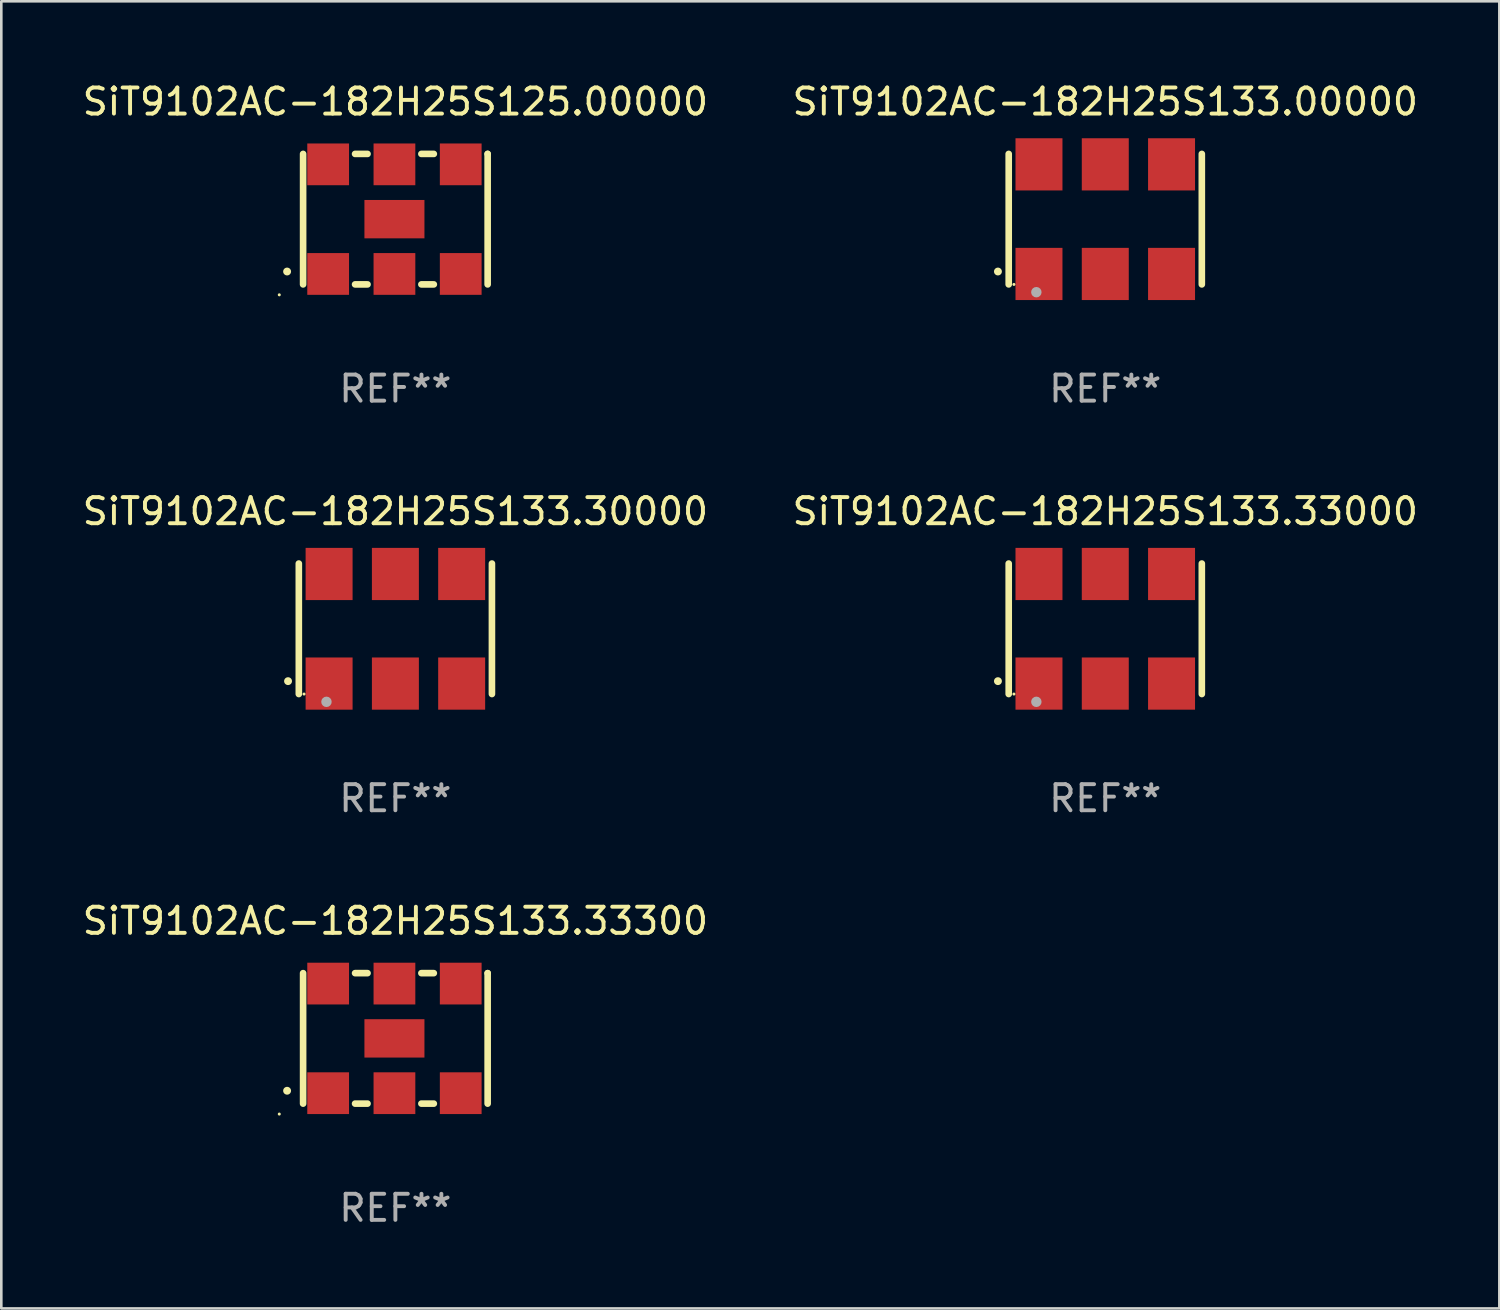
<source format=kicad_pcb>
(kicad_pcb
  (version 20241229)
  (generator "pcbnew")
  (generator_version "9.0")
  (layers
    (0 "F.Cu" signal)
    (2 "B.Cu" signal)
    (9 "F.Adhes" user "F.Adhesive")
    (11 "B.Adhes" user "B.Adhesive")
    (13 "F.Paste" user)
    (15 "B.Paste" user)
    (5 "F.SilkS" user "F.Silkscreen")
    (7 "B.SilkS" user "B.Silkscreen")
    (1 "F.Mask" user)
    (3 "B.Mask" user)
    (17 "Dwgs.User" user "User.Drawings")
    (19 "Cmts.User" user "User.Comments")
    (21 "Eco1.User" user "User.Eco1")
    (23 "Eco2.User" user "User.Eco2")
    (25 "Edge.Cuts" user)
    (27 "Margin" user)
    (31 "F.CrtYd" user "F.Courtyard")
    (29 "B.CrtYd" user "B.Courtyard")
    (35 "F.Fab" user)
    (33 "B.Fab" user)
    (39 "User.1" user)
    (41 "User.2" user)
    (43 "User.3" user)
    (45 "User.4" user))
  (footprint "SiT9102AC-182H25S133.33300"
    (layer "F.Cu")
    (at 12.101 36.741)
    (property "Reference" "SiT9102AC-182H25S133.33300" (at 0 -4.5 0) (layer "F.SilkS") (effects (font (size 1 1) (thickness 0.15))))
    (attr through_hole)
    (fp_line (start -3.536 -2.5) (end -3.536 2.5) (stroke (width 0.254) (type solid)) (layer "F.SilkS"))
    (fp_line (start -1.544 2.5) (end -1.067 2.5) (stroke (width 0.254) (type solid)) (layer "F.SilkS"))
    (fp_line (start -1.067 -2.5) (end -1.544 -2.5) (stroke (width 0.254) (type solid)) (layer "F.SilkS"))
    (fp_line (start 0.996 2.5) (end 1.473 2.5) (stroke (width 0.254) (type solid)) (layer "F.SilkS"))
    (fp_line (start 1.473 -2.5) (end 0.996 -2.5) (stroke (width 0.254) (type solid)) (layer "F.SilkS"))
    (fp_line (start 3.536 -2.5) (end 3.536 -2.5) (stroke (width 0.254) (type solid)) (layer "F.SilkS"))
    (fp_line (start 3.536 2.5) (end 3.536 -2.5) (stroke (width 0.254) (type solid)) (layer "F.SilkS"))
    (fp_arc (start -4.150432 2.006604) (mid -4.149162 2.006599) (end -4.147892 2.006604) (stroke (width 0.3) (type solid)) (layer "F.SilkS"))
    (fp_circle (center -4.449 2.9) (end -4.419 2.9) (stroke (width 0.06) (type solid)) (fill no) (layer "F.SilkS"))
    (fp_text user "REF**" (at 0 6.5 0) (layer "F.Fab") (effects (font (size 1 1) (thickness 0.15))))
    (pad "1" smd rect (at -2.576 2.1) (size 1.6 1.6) (layers "F.Cu" "F.Mask" "F.Paste"))
    (pad "2" smd rect (at -0.036 2.1) (size 1.6 1.6) (layers "F.Cu" "F.Mask" "F.Paste"))
    (pad "3" smd rect (at 2.504 2.1) (size 1.6 1.6) (layers "F.Cu" "F.Mask" "F.Paste"))
    (pad "4" smd rect (at 2.504 -2.1) (size 1.6 1.6) (layers "F.Cu" "F.Mask" "F.Paste"))
    (pad "5" smd rect (at -0.036 -2.1) (size 1.6 1.6) (layers "F.Cu" "F.Mask" "F.Paste"))
    (pad "6" smd rect (at -2.576 -2.1) (size 1.6 1.6) (layers "F.Cu" "F.Mask" "F.Paste"))
    (pad "7" smd rect (at -0.036 0) (size 2.3 1.47) (layers "F.Cu" "F.Mask" "F.Paste")))
  (footprint "SiT9102AC-182H25S133.33000"
    (layer "F.Cu")
    (at 39.304 21.045)
    (property "Reference" "SiT9102AC-182H25S133.33000" (at 0 -4.5 0) (layer "F.SilkS") (effects (font (size 1 1) (thickness 0.15))))
    (attr through_hole)
    (fp_line (start -3.7 -2.5) (end -3.7 2.5) (stroke (width 0.254) (type solid)) (layer "F.SilkS"))
    (fp_line (start 3.7 -2.5) (end 3.7 2.5) (stroke (width 0.254) (type solid)) (layer "F.SilkS"))
    (fp_arc (start -4.114415 2.006604) (mid -4.113145 2.006599) (end -4.111875 2.006604) (stroke (width 0.3) (type solid)) (layer "F.SilkS"))
    (fp_circle (center -3.5 2.501) (end -3.47 2.501) (stroke (width 0.06) (type solid)) (fill no) (layer "F.SilkS"))
    (fp_circle (center -2.641 2.799) (end -2.541 2.799) (stroke (width 0.2) (type solid)) (fill no) (layer "F.Fab"))
    (fp_text user "REF**" (at 0 6.5 0) (layer "F.Fab") (effects (font (size 1 1) (thickness 0.15))))
    (pad "1" smd rect (at -2.54 2.1) (size 1.8 2) (layers "F.Cu" "F.Mask" "F.Paste"))
    (pad "2" smd rect (at 0.000394 2.1) (size 1.8 2) (layers "F.Cu" "F.Mask" "F.Paste"))
    (pad "3" smd rect (at 2.54 2.1) (size 1.8 2) (layers "F.Cu" "F.Mask" "F.Paste"))
    (pad "4" smd rect (at 2.54 -2.1) (size 1.8 2) (layers "F.Cu" "F.Mask" "F.Paste"))
    (pad "5" smd rect (at 0.000394 -2.1) (size 1.8 2) (layers "F.Cu" "F.Mask" "F.Paste"))
    (pad "6" smd rect (at -2.54 -2.1) (size 1.8 2) (layers "F.Cu" "F.Mask" "F.Paste")))
  (footprint "SiT9102AC-182H25S125.00000"
    (layer "F.Cu")
    (at 12.101 5.348)
    (property "Reference" "SiT9102AC-182H25S125.00000" (at 0 -4.5 0) (layer "F.SilkS") (effects (font (size 1 1) (thickness 0.15))))
    (attr through_hole)
    (fp_line (start -3.536 -2.5) (end -3.536 2.5) (stroke (width 0.254) (type solid)) (layer "F.SilkS"))
    (fp_line (start -1.544 2.5) (end -1.067 2.5) (stroke (width 0.254) (type solid)) (layer "F.SilkS"))
    (fp_line (start -1.067 -2.5) (end -1.544 -2.5) (stroke (width 0.254) (type solid)) (layer "F.SilkS"))
    (fp_line (start 0.996 2.5) (end 1.473 2.5) (stroke (width 0.254) (type solid)) (layer "F.SilkS"))
    (fp_line (start 1.473 -2.5) (end 0.996 -2.5) (stroke (width 0.254) (type solid)) (layer "F.SilkS"))
    (fp_line (start 3.536 -2.5) (end 3.536 -2.5) (stroke (width 0.254) (type solid)) (layer "F.SilkS"))
    (fp_line (start 3.536 2.5) (end 3.536 -2.5) (stroke (width 0.254) (type solid)) (layer "F.SilkS"))
    (fp_arc (start -4.150432 2.006604) (mid -4.149162 2.006599) (end -4.147892 2.006604) (stroke (width 0.3) (type solid)) (layer "F.SilkS"))
    (fp_circle (center -4.449 2.9) (end -4.419 2.9) (stroke (width 0.06) (type solid)) (fill no) (layer "F.SilkS"))
    (fp_text user "REF**" (at 0 6.5 0) (layer "F.Fab") (effects (font (size 1 1) (thickness 0.15))))
    (pad "1" smd rect (at -2.576 2.1) (size 1.6 1.6) (layers "F.Cu" "F.Mask" "F.Paste"))
    (pad "2" smd rect (at -0.036 2.1) (size 1.6 1.6) (layers "F.Cu" "F.Mask" "F.Paste"))
    (pad "3" smd rect (at 2.504 2.1) (size 1.6 1.6) (layers "F.Cu" "F.Mask" "F.Paste"))
    (pad "4" smd rect (at 2.504 -2.1) (size 1.6 1.6) (layers "F.Cu" "F.Mask" "F.Paste"))
    (pad "5" smd rect (at -0.036 -2.1) (size 1.6 1.6) (layers "F.Cu" "F.Mask" "F.Paste"))
    (pad "6" smd rect (at -2.576 -2.1) (size 1.6 1.6) (layers "F.Cu" "F.Mask" "F.Paste"))
    (pad "7" smd rect (at -0.036 0) (size 2.3 1.47) (layers "F.Cu" "F.Mask" "F.Paste")))
  (footprint "SiT9102AC-182H25S133.00000"
    (layer "F.Cu")
    (at 39.304 5.348)
    (property "Reference" "SiT9102AC-182H25S133.00000" (at 0 -4.5 0) (layer "F.SilkS") (effects (font (size 1 1) (thickness 0.15))))
    (attr through_hole)
    (fp_line (start -3.7 -2.5) (end -3.7 2.5) (stroke (width 0.254) (type solid)) (layer "F.SilkS"))
    (fp_line (start 3.7 -2.5) (end 3.7 2.5) (stroke (width 0.254) (type solid)) (layer "F.SilkS"))
    (fp_arc (start -4.114415 2.006604) (mid -4.113145 2.006599) (end -4.111875 2.006604) (stroke (width 0.3) (type solid)) (layer "F.SilkS"))
    (fp_circle (center -3.5 2.501) (end -3.47 2.501) (stroke (width 0.06) (type solid)) (fill no) (layer "F.SilkS"))
    (fp_circle (center -2.641 2.799) (end -2.541 2.799) (stroke (width 0.2) (type solid)) (fill no) (layer "F.Fab"))
    (fp_text user "REF**" (at 0 6.5 0) (layer "F.Fab") (effects (font (size 1 1) (thickness 0.15))))
    (pad "1" smd rect (at -2.54 2.1) (size 1.8 2) (layers "F.Cu" "F.Mask" "F.Paste"))
    (pad "2" smd rect (at 0.000394 2.1) (size 1.8 2) (layers "F.Cu" "F.Mask" "F.Paste"))
    (pad "3" smd rect (at 2.54 2.1) (size 1.8 2) (layers "F.Cu" "F.Mask" "F.Paste"))
    (pad "4" smd rect (at 2.54 -2.1) (size 1.8 2) (layers "F.Cu" "F.Mask" "F.Paste"))
    (pad "5" smd rect (at 0.000394 -2.1) (size 1.8 2) (layers "F.Cu" "F.Mask" "F.Paste"))
    (pad "6" smd rect (at -2.54 -2.1) (size 1.8 2) (layers "F.Cu" "F.Mask" "F.Paste")))
  (footprint "SiT9102AC-182H25S133.30000"
    (layer "F.Cu")
    (at 12.101 21.045)
    (property "Reference" "SiT9102AC-182H25S133.30000" (at 0 -4.5 0) (layer "F.SilkS") (effects (font (size 1 1) (thickness 0.15))))
    (attr through_hole)
    (fp_line (start -3.7 -2.5) (end -3.7 2.5) (stroke (width 0.254) (type solid)) (layer "F.SilkS"))
    (fp_line (start 3.7 -2.5) (end 3.7 2.5) (stroke (width 0.254) (type solid)) (layer "F.SilkS"))
    (fp_arc (start -4.114415 2.006604) (mid -4.113145 2.006599) (end -4.111875 2.006604) (stroke (width 0.3) (type solid)) (layer "F.SilkS"))
    (fp_circle (center -3.5 2.501) (end -3.47 2.501) (stroke (width 0.06) (type solid)) (fill no) (layer "F.SilkS"))
    (fp_circle (center -2.641 2.799) (end -2.541 2.799) (stroke (width 0.2) (type solid)) (fill no) (layer "F.Fab"))
    (fp_text user "REF**" (at 0 6.5 0) (layer "F.Fab") (effects (font (size 1 1) (thickness 0.15))))
    (pad "1" smd rect (at -2.54 2.1) (size 1.8 2) (layers "F.Cu" "F.Mask" "F.Paste"))
    (pad "2" smd rect (at 0.000394 2.1) (size 1.8 2) (layers "F.Cu" "F.Mask" "F.Paste"))
    (pad "3" smd rect (at 2.54 2.1) (size 1.8 2) (layers "F.Cu" "F.Mask" "F.Paste"))
    (pad "4" smd rect (at 2.54 -2.1) (size 1.8 2) (layers "F.Cu" "F.Mask" "F.Paste"))
    (pad "5" smd rect (at 0.000394 -2.1) (size 1.8 2) (layers "F.Cu" "F.Mask" "F.Paste"))
    (pad "6" smd rect (at -2.54 -2.1) (size 1.8 2) (layers "F.Cu" "F.Mask" "F.Paste")))
  (gr_rect
    (start -3 -3)
    (end 54.405 47.09)
    (stroke (width 0.1) (type default))
    (fill no)
    (layer "Edge.Cuts")))
</source>
